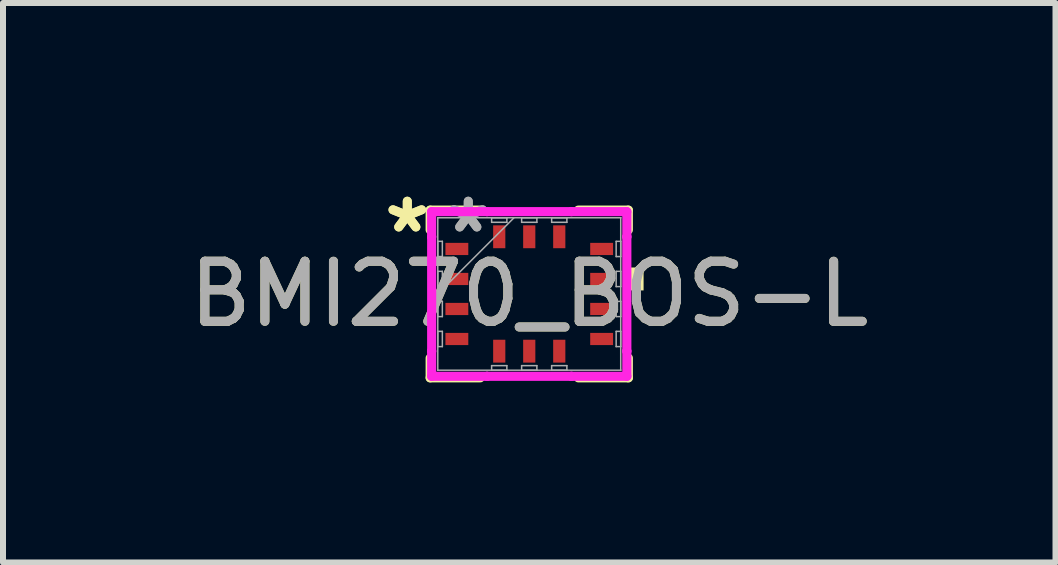
<source format=kicad_pcb>
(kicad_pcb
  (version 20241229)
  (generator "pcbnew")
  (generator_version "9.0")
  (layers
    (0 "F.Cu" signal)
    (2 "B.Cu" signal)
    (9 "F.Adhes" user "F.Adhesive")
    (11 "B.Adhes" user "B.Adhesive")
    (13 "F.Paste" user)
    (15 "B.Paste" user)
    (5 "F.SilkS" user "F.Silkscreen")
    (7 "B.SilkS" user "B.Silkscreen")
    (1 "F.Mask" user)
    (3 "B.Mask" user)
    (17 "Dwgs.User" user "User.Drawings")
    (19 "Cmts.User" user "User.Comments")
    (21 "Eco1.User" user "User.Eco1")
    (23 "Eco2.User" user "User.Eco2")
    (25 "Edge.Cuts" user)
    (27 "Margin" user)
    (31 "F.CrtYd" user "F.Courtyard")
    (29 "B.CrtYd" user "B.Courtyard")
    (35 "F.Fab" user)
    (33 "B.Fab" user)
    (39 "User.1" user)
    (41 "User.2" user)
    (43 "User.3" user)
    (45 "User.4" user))
  (footprint "BMI270_BOS-L"
    (layer "F.Cu")
    (at 5.768 1.848)
    (property "Reference" "BMI270_BOS-L" (at 0 0 0) (unlocked yes) (layer "F.SilkS") (effects (font (size 1 1) (thickness 0.15))))
    (attr smd)
    (fp_line (start -1.651 -1.397) (end -1.651 -1.067) (stroke (width 0.152) (type solid)) (layer "F.SilkS"))
    (fp_line (start -1.651 1.067) (end -1.651 1.397) (stroke (width 0.152) (type solid)) (layer "F.SilkS"))
    (fp_line (start -1.651 1.397) (end -0.817 1.397) (stroke (width 0.152) (type solid)) (layer "F.SilkS"))
    (fp_line (start -0.817 -1.397) (end -1.651 -1.397) (stroke (width 0.152) (type solid)) (layer "F.SilkS"))
    (fp_line (start 0.817 1.397) (end 1.651 1.397) (stroke (width 0.152) (type solid)) (layer "F.SilkS"))
    (fp_line (start 1.651 -1.397) (end 0.817 -1.397) (stroke (width 0.152) (type solid)) (layer "F.SilkS"))
    (fp_line (start 1.651 -1.067) (end 1.651 -1.397) (stroke (width 0.152) (type solid)) (layer "F.SilkS"))
    (fp_line (start 1.651 1.397) (end 1.651 1.067) (stroke (width 0.152) (type solid)) (layer "F.SilkS"))
    (fp_poly (pts (xy 1.905 -0.441) (xy 1.905 -0.059) (xy 1.651 -0.059) (xy 1.651 -0.441)) (stroke (width 0) (type solid)) (fill yes) (layer "F.SilkS"))
    (fp_line (start -1.626 -1.372) (end -0.703 -1.372) (stroke (width 0.152) (type solid)) (layer "F.CrtYd"))
    (fp_line (start -1.626 -0.953) (end -1.626 -1.372) (stroke (width 0.152) (type solid)) (layer "F.CrtYd"))
    (fp_line (start -1.626 -0.953) (end -1.626 -0.953) (stroke (width 0.152) (type solid)) (layer "F.CrtYd"))
    (fp_line (start -1.626 0.953) (end -1.626 -0.953) (stroke (width 0.152) (type solid)) (layer "F.CrtYd"))
    (fp_line (start -1.626 0.953) (end -1.626 0.953) (stroke (width 0.152) (type solid)) (layer "F.CrtYd"))
    (fp_line (start -1.626 1.372) (end -1.626 0.953) (stroke (width 0.152) (type solid)) (layer "F.CrtYd"))
    (fp_line (start -0.703 -1.372) (end -0.703 -1.372) (stroke (width 0.152) (type solid)) (layer "F.CrtYd"))
    (fp_line (start -0.703 -1.372) (end 0.703 -1.372) (stroke (width 0.152) (type solid)) (layer "F.CrtYd"))
    (fp_line (start -0.703 1.372) (end -1.626 1.372) (stroke (width 0.152) (type solid)) (layer "F.CrtYd"))
    (fp_line (start -0.703 1.372) (end -0.703 1.372) (stroke (width 0.152) (type solid)) (layer "F.CrtYd"))
    (fp_line (start 0.703 -1.372) (end 0.703 -1.372) (stroke (width 0.152) (type solid)) (layer "F.CrtYd"))
    (fp_line (start 0.703 -1.372) (end 1.626 -1.372) (stroke (width 0.152) (type solid)) (layer "F.CrtYd"))
    (fp_line (start 0.703 1.372) (end -0.703 1.372) (stroke (width 0.152) (type solid)) (layer "F.CrtYd"))
    (fp_line (start 0.703 1.372) (end 0.703 1.372) (stroke (width 0.152) (type solid)) (layer "F.CrtYd"))
    (fp_line (start 1.626 -1.372) (end 1.626 -0.953) (stroke (width 0.152) (type solid)) (layer "F.CrtYd"))
    (fp_line (start 1.626 -0.953) (end 1.626 -0.953) (stroke (width 0.152) (type solid)) (layer "F.CrtYd"))
    (fp_line (start 1.626 -0.953) (end 1.626 0.953) (stroke (width 0.152) (type solid)) (layer "F.CrtYd"))
    (fp_line (start 1.626 0.953) (end 1.626 0.953) (stroke (width 0.152) (type solid)) (layer "F.CrtYd"))
    (fp_line (start 1.626 0.953) (end 1.626 1.372) (stroke (width 0.152) (type solid)) (layer "F.CrtYd"))
    (fp_line (start 1.626 1.372) (end 0.703 1.372) (stroke (width 0.152) (type solid)) (layer "F.CrtYd"))
    (fp_line (start -1.524 -1.27) (end -1.524 -1.27) (stroke (width 0.025) (type solid)) (layer "F.Fab"))
    (fp_line (start -1.524 -1.27) (end -1.524 1.27) (stroke (width 0.025) (type solid)) (layer "F.Fab"))
    (fp_line (start -1.524 -0.877) (end -1.448 -0.877) (stroke (width 0.025) (type solid)) (layer "F.Fab"))
    (fp_line (start -1.524 -0.623) (end -1.524 -0.877) (stroke (width 0.025) (type solid)) (layer "F.Fab"))
    (fp_line (start -1.524 -0.377) (end -1.448 -0.377) (stroke (width 0.025) (type solid)) (layer "F.Fab"))
    (fp_line (start -1.524 -0.123) (end -1.524 -0.377) (stroke (width 0.025) (type solid)) (layer "F.Fab"))
    (fp_line (start -1.524 0) (end -0.254 -1.27) (stroke (width 0.025) (type solid)) (layer "F.Fab"))
    (fp_line (start -1.524 0.123) (end -1.448 0.123) (stroke (width 0.025) (type solid)) (layer "F.Fab"))
    (fp_line (start -1.524 0.377) (end -1.524 0.123) (stroke (width 0.025) (type solid)) (layer "F.Fab"))
    (fp_line (start -1.524 0.623) (end -1.448 0.623) (stroke (width 0.025) (type solid)) (layer "F.Fab"))
    (fp_line (start -1.524 0.877) (end -1.524 0.623) (stroke (width 0.025) (type solid)) (layer "F.Fab"))
    (fp_line (start -1.524 1.27) (end -1.524 1.27) (stroke (width 0.025) (type solid)) (layer "F.Fab"))
    (fp_line (start -1.524 1.27) (end 1.524 1.27) (stroke (width 0.025) (type solid)) (layer "F.Fab"))
    (fp_line (start -1.448 -0.877) (end -1.448 -0.623) (stroke (width 0.025) (type solid)) (layer "F.Fab"))
    (fp_line (start -1.448 -0.623) (end -1.524 -0.623) (stroke (width 0.025) (type solid)) (layer "F.Fab"))
    (fp_line (start -1.448 -0.377) (end -1.448 -0.123) (stroke (width 0.025) (type solid)) (layer "F.Fab"))
    (fp_line (start -1.448 -0.123) (end -1.524 -0.123) (stroke (width 0.025) (type solid)) (layer "F.Fab"))
    (fp_line (start -1.448 0.123) (end -1.448 0.377) (stroke (width 0.025) (type solid)) (layer "F.Fab"))
    (fp_line (start -1.448 0.377) (end -1.524 0.377) (stroke (width 0.025) (type solid)) (layer "F.Fab"))
    (fp_line (start -1.448 0.623) (end -1.448 0.877) (stroke (width 0.025) (type solid)) (layer "F.Fab"))
    (fp_line (start -1.448 0.877) (end -1.524 0.877) (stroke (width 0.025) (type solid)) (layer "F.Fab"))
    (fp_line (start -0.627 -1.27) (end -0.373 -1.27) (stroke (width 0.025) (type solid)) (layer "F.Fab"))
    (fp_line (start -0.627 -1.194) (end -0.627 -1.27) (stroke (width 0.025) (type solid)) (layer "F.Fab"))
    (fp_line (start -0.627 1.194) (end -0.373 1.194) (stroke (width 0.025) (type solid)) (layer "F.Fab"))
    (fp_line (start -0.627 1.27) (end -0.627 1.194) (stroke (width 0.025) (type solid)) (layer "F.Fab"))
    (fp_line (start -0.373 -1.27) (end -0.373 -1.194) (stroke (width 0.025) (type solid)) (layer "F.Fab"))
    (fp_line (start -0.373 -1.194) (end -0.627 -1.194) (stroke (width 0.025) (type solid)) (layer "F.Fab"))
    (fp_line (start -0.373 1.194) (end -0.373 1.27) (stroke (width 0.025) (type solid)) (layer "F.Fab"))
    (fp_line (start -0.373 1.27) (end -0.627 1.27) (stroke (width 0.025) (type solid)) (layer "F.Fab"))
    (fp_line (start -0.127 -1.27) (end 0.127 -1.27) (stroke (width 0.025) (type solid)) (layer "F.Fab"))
    (fp_line (start -0.127 -1.194) (end -0.127 -1.27) (stroke (width 0.025) (type solid)) (layer "F.Fab"))
    (fp_line (start -0.127 1.194) (end 0.127 1.194) (stroke (width 0.025) (type solid)) (layer "F.Fab"))
    (fp_line (start -0.127 1.27) (end -0.127 1.194) (stroke (width 0.025) (type solid)) (layer "F.Fab"))
    (fp_line (start 0.127 -1.27) (end 0.127 -1.194) (stroke (width 0.025) (type solid)) (layer "F.Fab"))
    (fp_line (start 0.127 -1.194) (end -0.127 -1.194) (stroke (width 0.025) (type solid)) (layer "F.Fab"))
    (fp_line (start 0.127 1.194) (end 0.127 1.27) (stroke (width 0.025) (type solid)) (layer "F.Fab"))
    (fp_line (start 0.127 1.27) (end -0.127 1.27) (stroke (width 0.025) (type solid)) (layer "F.Fab"))
    (fp_line (start 0.373 -1.27) (end 0.627 -1.27) (stroke (width 0.025) (type solid)) (layer "F.Fab"))
    (fp_line (start 0.373 -1.194) (end 0.373 -1.27) (stroke (width 0.025) (type solid)) (layer "F.Fab"))
    (fp_line (start 0.373 1.194) (end 0.627 1.194) (stroke (width 0.025) (type solid)) (layer "F.Fab"))
    (fp_line (start 0.373 1.27) (end 0.373 1.194) (stroke (width 0.025) (type solid)) (layer "F.Fab"))
    (fp_line (start 0.627 -1.27) (end 0.627 -1.194) (stroke (width 0.025) (type solid)) (layer "F.Fab"))
    (fp_line (start 0.627 -1.194) (end 0.373 -1.194) (stroke (width 0.025) (type solid)) (layer "F.Fab"))
    (fp_line (start 0.627 1.194) (end 0.627 1.27) (stroke (width 0.025) (type solid)) (layer "F.Fab"))
    (fp_line (start 0.627 1.27) (end 0.373 1.27) (stroke (width 0.025) (type solid)) (layer "F.Fab"))
    (fp_line (start 1.448 -0.877) (end 1.524 -0.877) (stroke (width 0.025) (type solid)) (layer "F.Fab"))
    (fp_line (start 1.448 -0.623) (end 1.448 -0.877) (stroke (width 0.025) (type solid)) (layer "F.Fab"))
    (fp_line (start 1.448 -0.377) (end 1.524 -0.377) (stroke (width 0.025) (type solid)) (layer "F.Fab"))
    (fp_line (start 1.448 -0.123) (end 1.448 -0.377) (stroke (width 0.025) (type solid)) (layer "F.Fab"))
    (fp_line (start 1.448 0.123) (end 1.524 0.123) (stroke (width 0.025) (type solid)) (layer "F.Fab"))
    (fp_line (start 1.448 0.377) (end 1.448 0.123) (stroke (width 0.025) (type solid)) (layer "F.Fab"))
    (fp_line (start 1.448 0.623) (end 1.524 0.623) (stroke (width 0.025) (type solid)) (layer "F.Fab"))
    (fp_line (start 1.448 0.877) (end 1.448 0.623) (stroke (width 0.025) (type solid)) (layer "F.Fab"))
    (fp_line (start 1.524 -1.27) (end -1.524 -1.27) (stroke (width 0.025) (type solid)) (layer "F.Fab"))
    (fp_line (start 1.524 -1.27) (end 1.524 -1.27) (stroke (width 0.025) (type solid)) (layer "F.Fab"))
    (fp_line (start 1.524 -0.877) (end 1.524 -0.623) (stroke (width 0.025) (type solid)) (layer "F.Fab"))
    (fp_line (start 1.524 -0.623) (end 1.448 -0.623) (stroke (width 0.025) (type solid)) (layer "F.Fab"))
    (fp_line (start 1.524 -0.377) (end 1.524 -0.123) (stroke (width 0.025) (type solid)) (layer "F.Fab"))
    (fp_line (start 1.524 -0.123) (end 1.448 -0.123) (stroke (width 0.025) (type solid)) (layer "F.Fab"))
    (fp_line (start 1.524 0.123) (end 1.524 0.377) (stroke (width 0.025) (type solid)) (layer "F.Fab"))
    (fp_line (start 1.524 0.377) (end 1.448 0.377) (stroke (width 0.025) (type solid)) (layer "F.Fab"))
    (fp_line (start 1.524 0.623) (end 1.524 0.877) (stroke (width 0.025) (type solid)) (layer "F.Fab"))
    (fp_line (start 1.524 0.877) (end 1.448 0.877) (stroke (width 0.025) (type solid)) (layer "F.Fab"))
    (fp_line (start 1.524 1.27) (end 1.524 -1.27) (stroke (width 0.025) (type solid)) (layer "F.Fab"))
    (fp_line (start 1.524 1.27) (end 1.524 1.27) (stroke (width 0.025) (type solid)) (layer "F.Fab"))
    (fp_text user "*" (at -2.032 -1 0) (layer "F.SilkS") (effects (font (size 1 1) (thickness 0.15))))
    (fp_text user "*" (at -2.032 -1 0) (unlocked yes) (layer "F.SilkS") (effects (font (size 1 1) (thickness 0.15))))
    (fp_text user "*" (at -1.016 -1 0) (unlocked yes) (layer "F.Fab") (effects (font (size 1 1) (thickness 0.15))))
    (fp_text user "${REFERENCE}" (at 0 0 0) (unlocked yes) (layer "F.Fab") (effects (font (size 1 1) (thickness 0.15))))
    (fp_text user "*" (at -1.016 -1 0) (layer "F.Fab") (effects (font (size 1 1) (thickness 0.15))))
    (pad "1" smd rect (at -1.206 -0.75 90) (size 0.203 0.381) (layers "F.Cu" "F.Mask" "F.Paste"))
    (pad "2" smd rect (at -1.206 -0.25 90) (size 0.203 0.381) (layers "F.Cu" "F.Mask" "F.Paste"))
    (pad "3" smd rect (at -1.206 0.25 90) (size 0.203 0.381) (layers "F.Cu" "F.Mask" "F.Paste"))
    (pad "4" smd rect (at -1.206 0.75 90) (size 0.203 0.381) (layers "F.Cu" "F.Mask" "F.Paste"))
    (pad "5" smd rect (at -0.5 0.953) (size 0.203 0.381) (layers "F.Cu" "F.Mask" "F.Paste"))
    (pad "6" smd rect (at 0 0.953) (size 0.203 0.381) (layers "F.Cu" "F.Mask" "F.Paste"))
    (pad "7" smd rect (at 0.5 0.953) (size 0.203 0.381) (layers "F.Cu" "F.Mask" "F.Paste"))
    (pad "8" smd rect (at 1.206 0.75 90) (size 0.203 0.381) (layers "F.Cu" "F.Mask" "F.Paste"))
    (pad "9" smd rect (at 1.206 0.25 90) (size 0.203 0.381) (layers "F.Cu" "F.Mask" "F.Paste"))
    (pad "10" smd rect (at 1.206 -0.25 90) (size 0.203 0.381) (layers "F.Cu" "F.Mask" "F.Paste"))
    (pad "11" smd rect (at 1.206 -0.75 90) (size 0.203 0.381) (layers "F.Cu" "F.Mask" "F.Paste"))
    (pad "12" smd rect (at 0.5 -0.953) (size 0.203 0.381) (layers "F.Cu" "F.Mask" "F.Paste"))
    (pad "13" smd rect (at 0 -0.953) (size 0.203 0.381) (layers "F.Cu" "F.Mask" "F.Paste"))
    (pad "14" smd rect (at -0.5 -0.953) (size 0.203 0.381) (layers "F.Cu" "F.Mask" "F.Paste")))
  (gr_rect
    (start -3 -3)
    (end 14.536 6.321)
    (stroke (width 0.1) (type default))
    (fill no)
    (layer "Edge.Cuts")))
</source>
